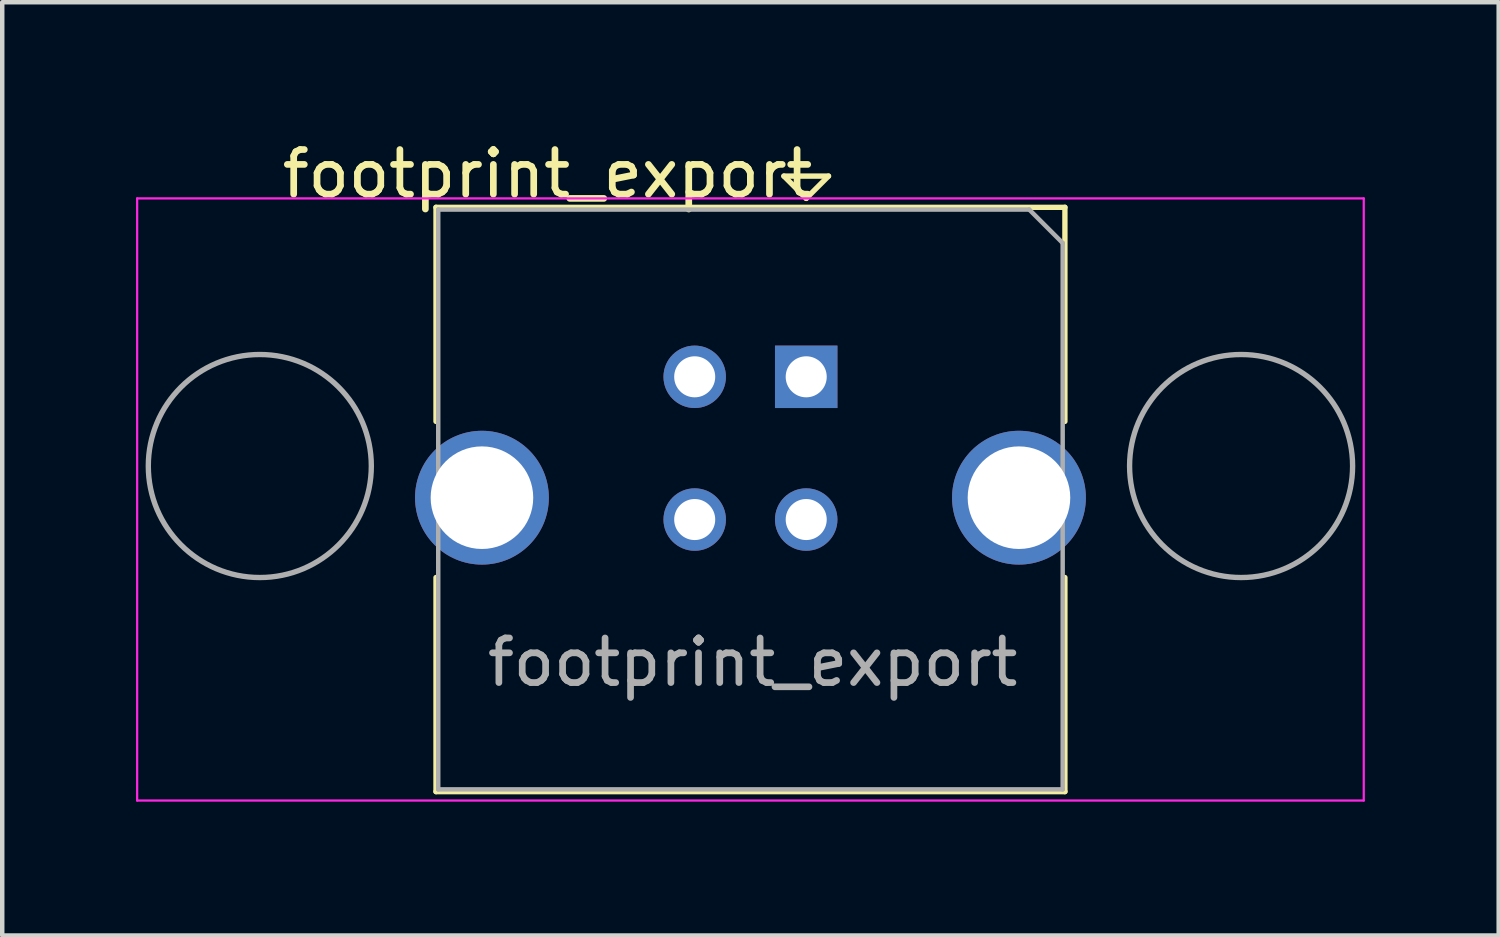
<source format=kicad_pcb>
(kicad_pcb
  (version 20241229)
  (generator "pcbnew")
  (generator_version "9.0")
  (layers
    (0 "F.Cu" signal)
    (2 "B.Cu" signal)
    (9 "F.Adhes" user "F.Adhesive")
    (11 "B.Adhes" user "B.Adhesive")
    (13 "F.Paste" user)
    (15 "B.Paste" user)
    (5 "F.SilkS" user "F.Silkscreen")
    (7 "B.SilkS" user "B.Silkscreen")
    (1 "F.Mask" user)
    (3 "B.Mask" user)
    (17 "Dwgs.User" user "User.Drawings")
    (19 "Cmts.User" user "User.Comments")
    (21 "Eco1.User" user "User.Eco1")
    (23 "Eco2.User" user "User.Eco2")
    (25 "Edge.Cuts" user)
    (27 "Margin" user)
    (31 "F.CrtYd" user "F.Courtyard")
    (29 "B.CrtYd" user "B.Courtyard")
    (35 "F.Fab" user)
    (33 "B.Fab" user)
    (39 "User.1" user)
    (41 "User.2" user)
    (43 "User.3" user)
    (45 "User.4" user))
  (footprint "footprint_export"
    (layer "F.Cu")
    (at 15.025 5.398)
    (property "Reference" "footprint_export" (at -5.8 -4.55 0) (layer "F.SilkS") (effects (font (size 1 1) (thickness 0.15))))
    (attr through_hole)
    (fp_line (start -8.3 -3.8) (end 5.8 -3.8) (stroke (width 0.12) (type solid)) (layer "F.SilkS"))
    (fp_line (start -8.3 1) (end -8.3 -3.8) (stroke (width 0.12) (type solid)) (layer "F.SilkS"))
    (fp_line (start -8.3 9.3) (end -8.3 4.5) (stroke (width 0.12) (type solid)) (layer "F.SilkS"))
    (fp_line (start -0.5 -4.5) (end 0 -4) (stroke (width 0.12) (type solid)) (layer "F.SilkS"))
    (fp_line (start 0 -4) (end 0.5 -4.5) (stroke (width 0.12) (type solid)) (layer "F.SilkS"))
    (fp_line (start 0.5 -4.5) (end -0.5 -4.5) (stroke (width 0.12) (type solid)) (layer "F.SilkS"))
    (fp_line (start 5.8 -3.8) (end 5.8 1) (stroke (width 0.12) (type solid)) (layer "F.SilkS"))
    (fp_line (start 5.8 4.5) (end 5.8 9.3) (stroke (width 0.12) (type solid)) (layer "F.SilkS"))
    (fp_line (start 5.8 9.3) (end -8.3 9.3) (stroke (width 0.12) (type solid)) (layer "F.SilkS"))
    (fp_line (start -15 -4) (end -15 9.5) (stroke (width 0.05) (type solid)) (layer "F.CrtYd"))
    (fp_line (start -15 -4) (end 12.5 -4) (stroke (width 0.05) (type solid)) (layer "F.CrtYd"))
    (fp_line (start 12.5 9.5) (end -15 9.5) (stroke (width 0.05) (type solid)) (layer "F.CrtYd"))
    (fp_line (start 12.5 9.5) (end 12.5 -4) (stroke (width 0.05) (type solid)) (layer "F.CrtYd"))
    (fp_line (start -8.25 -3.75) (end 5 -3.75) (stroke (width 0.1) (type solid)) (layer "F.Fab"))
    (fp_line (start -8.25 9.25) (end -8.25 -3.75) (stroke (width 0.1) (type solid)) (layer "F.Fab"))
    (fp_line (start 5 -3.75) (end 5.75 -3) (stroke (width 0.1) (type solid)) (layer "F.Fab"))
    (fp_line (start 5.75 -3) (end 5.75 9.25) (stroke (width 0.1) (type solid)) (layer "F.Fab"))
    (fp_line (start 5.75 9.25) (end -8.25 9.25) (stroke (width 0.1) (type solid)) (layer "F.Fab"))
    (fp_circle (center -12.25 2) (end -12.25 4.5) (stroke (width 0.12) (type solid)) (fill no) (layer "F.Fab"))
    (fp_circle (center 9.75 2) (end 9.75 4.5) (stroke (width 0.12) (type solid)) (fill no) (layer "F.Fab"))
    (fp_text user "${REFERENCE}" (at -1.2 6.4 0) (layer "F.Fab") (effects (font (size 1 1) (thickness 0.15))))
    (pad "1" thru_hole rect (at 0 0) (size 1.4 1.4) (drill 0.92) (layers "*.Cu" "*.Mask"))
    (pad "2" thru_hole circle (at -2.5 0) (size 1.4 1.4) (drill 0.92) (layers "*.Cu" "*.Mask"))
    (pad "3" thru_hole circle (at -2.5 3.2) (size 1.4 1.4) (drill 0.92) (layers "*.Cu" "*.Mask"))
    (pad "4" thru_hole circle (at 0 3.2) (size 1.4 1.4) (drill 0.92) (layers "*.Cu" "*.Mask"))
    (pad "5" thru_hole circle (at -7.27 2.71) (size 3 3) (drill 2.3) (layers "*.Cu" "*.Mask"))
    (pad "5" thru_hole circle (at 4.77 2.71) (size 3 3) (drill 2.3) (layers "*.Cu" "*.Mask")))
  (gr_rect
    (start -3 -3)
    (end 30.55 17.923)
    (stroke (width 0.1) (type default))
    (fill no)
    (layer "Edge.Cuts")))
</source>
